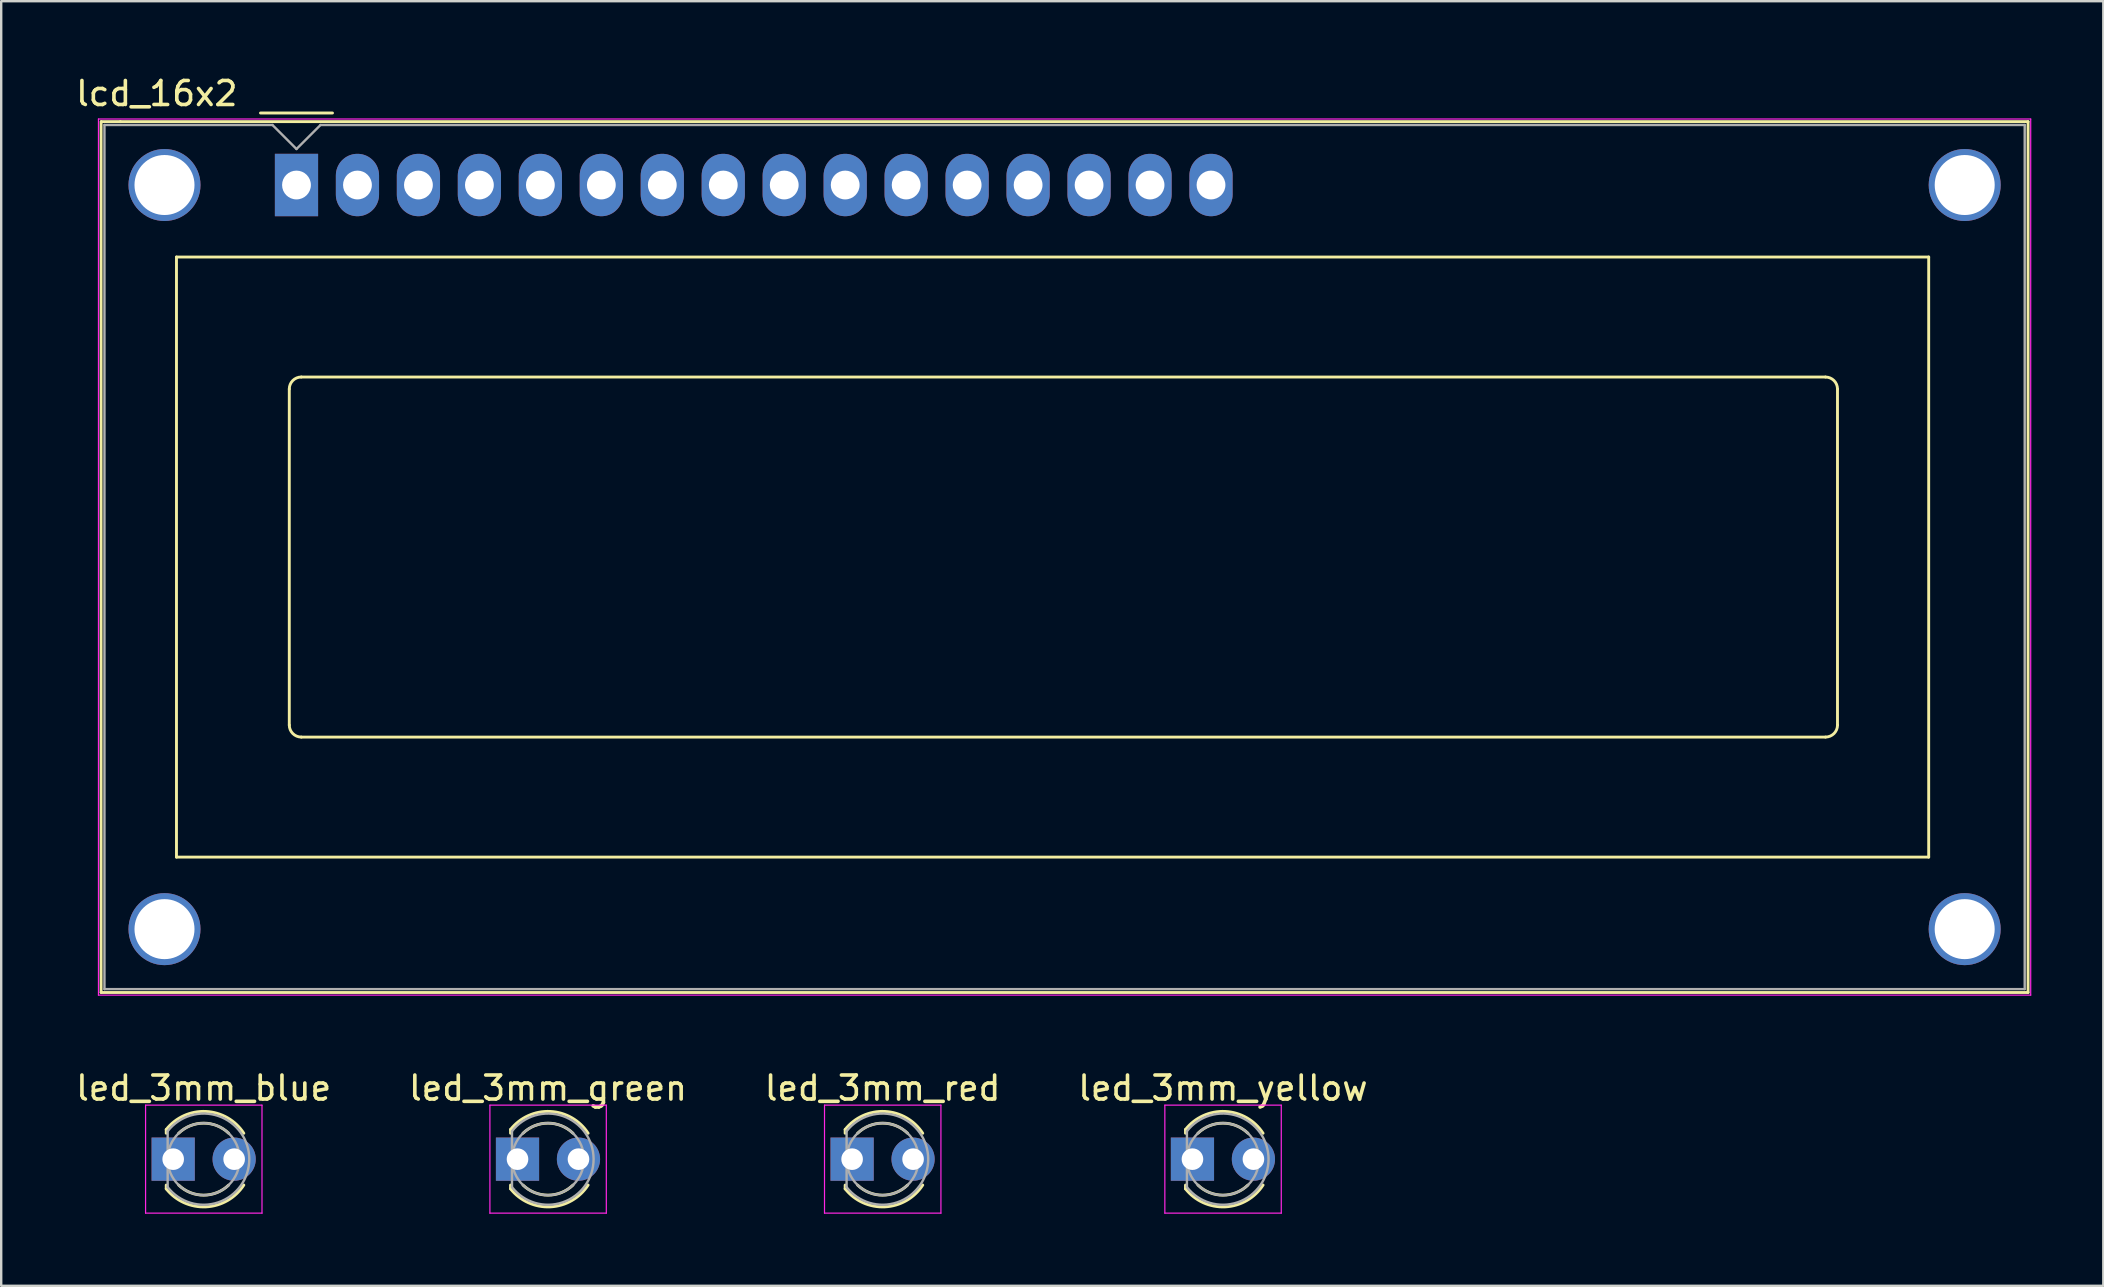
<source format=kicad_pcb>
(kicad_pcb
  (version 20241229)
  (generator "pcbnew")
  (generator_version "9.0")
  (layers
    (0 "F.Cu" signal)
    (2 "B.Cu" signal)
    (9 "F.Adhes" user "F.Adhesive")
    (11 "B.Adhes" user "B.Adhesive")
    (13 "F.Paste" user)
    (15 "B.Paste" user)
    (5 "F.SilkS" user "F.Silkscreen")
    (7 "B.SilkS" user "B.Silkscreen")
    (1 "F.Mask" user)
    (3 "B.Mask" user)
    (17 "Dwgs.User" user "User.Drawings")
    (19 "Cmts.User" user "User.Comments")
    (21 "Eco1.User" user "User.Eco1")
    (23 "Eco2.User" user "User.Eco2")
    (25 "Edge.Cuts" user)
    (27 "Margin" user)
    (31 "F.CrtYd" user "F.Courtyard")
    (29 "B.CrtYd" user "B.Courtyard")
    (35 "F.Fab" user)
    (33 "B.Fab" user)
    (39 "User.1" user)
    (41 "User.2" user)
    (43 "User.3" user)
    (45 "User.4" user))
  (footprint "led_3mm_blue"
    (layer "F.Cu")
    (at 4.165 45.242)
    (property "Reference" "led_3mm_blue" (at 1.27 -2.96 0) (layer "F.SilkS") (effects (font (size 1 1) (thickness 0.15))))
    (attr through_hole)
    (fp_line (start -0.29 -1.236) (end -0.29 -1.08) (stroke (width 0.12) (type solid)) (layer "F.SilkS"))
    (fp_line (start -0.29 1.08) (end -0.29 1.236) (stroke (width 0.12) (type solid)) (layer "F.SilkS"))
    (fp_arc (start -0.29 -1.235516) (mid 1.366487 -1.987659) (end 2.942335 -1.078608) (stroke (width 0.12) (type solid)) (layer "F.SilkS"))
    (fp_arc (start 0.229039 -1.08) (mid 1.270117 -1.5) (end 2.31113 -1.079837) (stroke (width 0.12) (type solid)) (layer "F.SilkS"))
    (fp_arc (start 2.31113 1.079837) (mid 1.270117 1.5) (end 0.229039 1.08) (stroke (width 0.12) (type solid)) (layer "F.SilkS"))
    (fp_arc (start 2.942335 1.078608) (mid 1.366487 1.987659) (end -0.29 1.235516) (stroke (width 0.12) (type solid)) (layer "F.SilkS"))
    (fp_line (start -1.15 -2.25) (end -1.15 2.25) (stroke (width 0.05) (type solid)) (layer "F.CrtYd"))
    (fp_line (start -1.15 2.25) (end 3.7 2.25) (stroke (width 0.05) (type solid)) (layer "F.CrtYd"))
    (fp_line (start 3.7 -2.25) (end -1.15 -2.25) (stroke (width 0.05) (type solid)) (layer "F.CrtYd"))
    (fp_line (start 3.7 2.25) (end 3.7 -2.25) (stroke (width 0.05) (type solid)) (layer "F.CrtYd"))
    (fp_line (start -0.23 -1.166) (end -0.23 1.166) (stroke (width 0.1) (type solid)) (layer "F.Fab"))
    (fp_arc (start -0.23 -1.16619) (mid 3.17 0.000452) (end -0.230555 1.165476) (stroke (width 0.1) (type solid)) (layer "F.Fab"))
    (fp_circle (center 1.27 0) (end 2.77 0) (stroke (width 0.1) (type solid)) (fill no) (layer "F.Fab"))
    (pad "1" thru_hole rect (at 0 0) (size 1.8 1.8) (drill 0.9) (layers "*.Cu" "*.Mask"))
    (pad "2" thru_hole circle (at 2.54 0) (size 1.8 1.8) (drill 0.9) (layers "*.Cu" "*.Mask")))
  (footprint "led_3mm_yellow"
    (layer "F.Cu")
    (at 46.629 45.242)
    (property "Reference" "led_3mm_yellow" (at 1.27 -2.96 0) (layer "F.SilkS") (effects (font (size 1 1) (thickness 0.15))))
    (attr through_hole)
    (fp_line (start -0.29 -1.236) (end -0.29 -1.08) (stroke (width 0.12) (type solid)) (layer "F.SilkS"))
    (fp_line (start -0.29 1.08) (end -0.29 1.236) (stroke (width 0.12) (type solid)) (layer "F.SilkS"))
    (fp_arc (start -0.29 -1.235516) (mid 1.366487 -1.987659) (end 2.942335 -1.078608) (stroke (width 0.12) (type solid)) (layer "F.SilkS"))
    (fp_arc (start 0.229039 -1.08) (mid 1.270117 -1.5) (end 2.31113 -1.079837) (stroke (width 0.12) (type solid)) (layer "F.SilkS"))
    (fp_arc (start 2.31113 1.079837) (mid 1.270117 1.5) (end 0.229039 1.08) (stroke (width 0.12) (type solid)) (layer "F.SilkS"))
    (fp_arc (start 2.942335 1.078608) (mid 1.366487 1.987659) (end -0.29 1.235516) (stroke (width 0.12) (type solid)) (layer "F.SilkS"))
    (fp_line (start -1.15 -2.25) (end -1.15 2.25) (stroke (width 0.05) (type solid)) (layer "F.CrtYd"))
    (fp_line (start -1.15 2.25) (end 3.7 2.25) (stroke (width 0.05) (type solid)) (layer "F.CrtYd"))
    (fp_line (start 3.7 -2.25) (end -1.15 -2.25) (stroke (width 0.05) (type solid)) (layer "F.CrtYd"))
    (fp_line (start 3.7 2.25) (end 3.7 -2.25) (stroke (width 0.05) (type solid)) (layer "F.CrtYd"))
    (fp_line (start -0.23 -1.166) (end -0.23 1.166) (stroke (width 0.1) (type solid)) (layer "F.Fab"))
    (fp_arc (start -0.23 -1.16619) (mid 3.17 0.000452) (end -0.230555 1.165476) (stroke (width 0.1) (type solid)) (layer "F.Fab"))
    (fp_circle (center 1.27 0) (end 2.77 0) (stroke (width 0.1) (type solid)) (fill no) (layer "F.Fab"))
    (pad "1" thru_hole rect (at 0 0) (size 1.8 1.8) (drill 0.9) (layers "*.Cu" "*.Mask"))
    (pad "2" thru_hole circle (at 2.54 0) (size 1.8 1.8) (drill 0.9) (layers "*.Cu" "*.Mask")))
  (footprint "led_3mm_red"
    (layer "F.Cu")
    (at 32.45 45.242)
    (property "Reference" "led_3mm_red" (at 1.27 -2.96 0) (layer "F.SilkS") (effects (font (size 1 1) (thickness 0.15))))
    (attr through_hole)
    (fp_line (start -0.29 -1.236) (end -0.29 -1.08) (stroke (width 0.12) (type solid)) (layer "F.SilkS"))
    (fp_line (start -0.29 1.08) (end -0.29 1.236) (stroke (width 0.12) (type solid)) (layer "F.SilkS"))
    (fp_arc (start -0.29 -1.235516) (mid 1.366487 -1.987659) (end 2.942335 -1.078608) (stroke (width 0.12) (type solid)) (layer "F.SilkS"))
    (fp_arc (start 0.229039 -1.08) (mid 1.270117 -1.5) (end 2.31113 -1.079837) (stroke (width 0.12) (type solid)) (layer "F.SilkS"))
    (fp_arc (start 2.31113 1.079837) (mid 1.270117 1.5) (end 0.229039 1.08) (stroke (width 0.12) (type solid)) (layer "F.SilkS"))
    (fp_arc (start 2.942335 1.078608) (mid 1.366487 1.987659) (end -0.29 1.235516) (stroke (width 0.12) (type solid)) (layer "F.SilkS"))
    (fp_line (start -1.15 -2.25) (end -1.15 2.25) (stroke (width 0.05) (type solid)) (layer "F.CrtYd"))
    (fp_line (start -1.15 2.25) (end 3.7 2.25) (stroke (width 0.05) (type solid)) (layer "F.CrtYd"))
    (fp_line (start 3.7 -2.25) (end -1.15 -2.25) (stroke (width 0.05) (type solid)) (layer "F.CrtYd"))
    (fp_line (start 3.7 2.25) (end 3.7 -2.25) (stroke (width 0.05) (type solid)) (layer "F.CrtYd"))
    (fp_line (start -0.23 -1.166) (end -0.23 1.166) (stroke (width 0.1) (type solid)) (layer "F.Fab"))
    (fp_arc (start -0.23 -1.16619) (mid 3.17 0.000452) (end -0.230555 1.165476) (stroke (width 0.1) (type solid)) (layer "F.Fab"))
    (fp_circle (center 1.27 0) (end 2.77 0) (stroke (width 0.1) (type solid)) (fill no) (layer "F.Fab"))
    (pad "1" thru_hole rect (at 0 0) (size 1.8 1.8) (drill 0.9) (layers "*.Cu" "*.Mask"))
    (pad "2" thru_hole circle (at 2.54 0) (size 1.8 1.8) (drill 0.9) (layers "*.Cu" "*.Mask")))
  (footprint "lcd_16x2"
    (layer "F.Cu")
    (at 9.302 4.658)
    (property "Reference" "lcd_16x2" (at -5.82 -3.81 0) (layer "F.SilkS") (effects (font (size 1 1) (thickness 0.15))))
    (attr through_hole)
    (fp_line (start -8.14 -2.64) (end -8.14 33.64) (stroke (width 0.12) (type solid)) (layer "F.SilkS"))
    (fp_line (start -8.14 33.64) (end 72.14 33.64) (stroke (width 0.12) (type solid)) (layer "F.SilkS"))
    (fp_line (start -8.13 -2.64) (end -7.34 -2.64) (stroke (width 0.12) (type solid)) (layer "F.SilkS"))
    (fp_line (start -5 3) (end 68 3) (stroke (width 0.12) (type solid)) (layer "F.SilkS"))
    (fp_line (start -5 28) (end -5 3) (stroke (width 0.12) (type solid)) (layer "F.SilkS"))
    (fp_line (start -1.5 -3) (end 1.5 -3) (stroke (width 0.12) (type solid)) (layer "F.SilkS"))
    (fp_line (start -0.3 22.499) (end -0.3 8.5) (stroke (width 0.12) (type solid)) (layer "F.SilkS"))
    (fp_line (start 0.2 8) (end 63.7 8) (stroke (width 0.12) (type solid)) (layer "F.SilkS"))
    (fp_line (start 63.701 23) (end 0.2 23) (stroke (width 0.12) (type solid)) (layer "F.SilkS"))
    (fp_line (start 64.2 8.5) (end 64.2 22.5) (stroke (width 0.12) (type solid)) (layer "F.SilkS"))
    (fp_line (start 68 3) (end 68 28) (stroke (width 0.12) (type solid)) (layer "F.SilkS"))
    (fp_line (start 68 28) (end -5 28) (stroke (width 0.12) (type solid)) (layer "F.SilkS"))
    (fp_line (start 72.14 -2.64) (end -7.34 -2.64) (stroke (width 0.12) (type solid)) (layer "F.SilkS"))
    (fp_line (start 72.14 33.64) (end 72.14 -2.64) (stroke (width 0.12) (type solid)) (layer "F.SilkS"))
    (fp_arc (start -0.29972 8.49884) (mid -0.153162 8.145018) (end 0.20066 7.99846) (stroke (width 0.12) (type solid)) (layer "F.SilkS"))
    (fp_arc (start 0.20066 22.9997) (mid -0.153162 22.853142) (end -0.29972 22.49932) (stroke (width 0.12) (type solid)) (layer "F.SilkS"))
    (fp_arc (start 63.7 8) (mid 64.053553 8.146447) (end 64.2 8.5) (stroke (width 0.12) (type solid)) (layer "F.SilkS"))
    (fp_arc (start 64.20104 22.49932) (mid 64.054482 22.853142) (end 63.70066 22.9997) (stroke (width 0.12) (type solid)) (layer "F.SilkS"))
    (fp_line (start -8.25 -2.75) (end -8.25 33.75) (stroke (width 0.05) (type solid)) (layer "F.CrtYd"))
    (fp_line (start -8.25 -2.75) (end 72.25 -2.75) (stroke (width 0.05) (type solid)) (layer "F.CrtYd"))
    (fp_line (start -8.25 33.75) (end 72.25 33.75) (stroke (width 0.05) (type solid)) (layer "F.CrtYd"))
    (fp_line (start 72.25 -2.75) (end 72.25 33.75) (stroke (width 0.05) (type solid)) (layer "F.CrtYd"))
    (fp_line (start -8 33.5) (end -8 -2.5) (stroke (width 0.1) (type solid)) (layer "F.Fab"))
    (fp_line (start -1 -2.5) (end -8 -2.5) (stroke (width 0.1) (type solid)) (layer "F.Fab"))
    (fp_line (start 0 -1.5) (end -1 -2.5) (stroke (width 0.1) (type solid)) (layer "F.Fab"))
    (fp_line (start 1 -2.5) (end 0 -1.5) (stroke (width 0.1) (type solid)) (layer "F.Fab"))
    (fp_line (start 1 -2.5) (end 72 -2.5) (stroke (width 0.1) (type solid)) (layer "F.Fab"))
    (fp_line (start 72 -2.5) (end 72 33.5) (stroke (width 0.1) (type solid)) (layer "F.Fab"))
    (fp_line (start 72 33.5) (end -8 33.5) (stroke (width 0.1) (type solid)) (layer "F.Fab"))
    (pad "" thru_hole circle (at -5.499 0) (size 3 3) (drill 2.5) (layers "*.Cu" "*.Mask"))
    (pad "" thru_hole circle (at -5.499 31.001) (size 3 3) (drill 2.5) (layers "*.Cu" "*.Mask"))
    (pad "" thru_hole circle (at 69.499 31.001) (size 3 3) (drill 2.5) (layers "*.Cu" "*.Mask"))
    (pad "" thru_hole circle (at 69.5 0) (size 3 3) (drill 2.5) (layers "*.Cu" "*.Mask"))
    (pad "1" thru_hole rect (at 0 0) (size 1.8 2.6) (drill 1.2) (layers "*.Cu" "*.Mask"))
    (pad "2" thru_hole oval (at 2.54 0) (size 1.8 2.6) (drill 1.2) (layers "*.Cu" "*.Mask"))
    (pad "3" thru_hole oval (at 5.08 0) (size 1.8 2.6) (drill 1.2) (layers "*.Cu" "*.Mask"))
    (pad "4" thru_hole oval (at 7.62 0) (size 1.8 2.6) (drill 1.2) (layers "*.Cu" "*.Mask"))
    (pad "5" thru_hole oval (at 10.16 0) (size 1.8 2.6) (drill 1.2) (layers "*.Cu" "*.Mask"))
    (pad "6" thru_hole oval (at 12.7 0) (size 1.8 2.6) (drill 1.2) (layers "*.Cu" "*.Mask"))
    (pad "7" thru_hole oval (at 15.24 0) (size 1.8 2.6) (drill 1.2) (layers "*.Cu" "*.Mask"))
    (pad "8" thru_hole oval (at 17.78 0) (size 1.8 2.6) (drill 1.2) (layers "*.Cu" "*.Mask"))
    (pad "9" thru_hole oval (at 20.32 0) (size 1.8 2.6) (drill 1.2) (layers "*.Cu" "*.Mask"))
    (pad "10" thru_hole oval (at 22.86 0) (size 1.8 2.6) (drill 1.2) (layers "*.Cu" "*.Mask"))
    (pad "11" thru_hole oval (at 25.4 0) (size 1.8 2.6) (drill 1.2) (layers "*.Cu" "*.Mask"))
    (pad "12" thru_hole oval (at 27.94 0) (size 1.8 2.6) (drill 1.2) (layers "*.Cu" "*.Mask"))
    (pad "13" thru_hole oval (at 30.48 0) (size 1.8 2.6) (drill 1.2) (layers "*.Cu" "*.Mask"))
    (pad "14" thru_hole oval (at 33.02 0) (size 1.8 2.6) (drill 1.2) (layers "*.Cu" "*.Mask"))
    (pad "15" thru_hole oval (at 35.56 0) (size 1.8 2.6) (drill 1.2) (layers "*.Cu" "*.Mask"))
    (pad "16" thru_hole oval (at 38.1 0) (size 1.8 2.6) (drill 1.2) (layers "*.Cu" "*.Mask")))
  (footprint "led_3mm_green"
    (layer "F.Cu")
    (at 18.51 45.242)
    (property "Reference" "led_3mm_green" (at 1.27 -2.96 0) (layer "F.SilkS") (effects (font (size 1 1) (thickness 0.15))))
    (attr through_hole)
    (fp_line (start -0.29 -1.236) (end -0.29 -1.08) (stroke (width 0.12) (type solid)) (layer "F.SilkS"))
    (fp_line (start -0.29 1.08) (end -0.29 1.236) (stroke (width 0.12) (type solid)) (layer "F.SilkS"))
    (fp_arc (start -0.29 -1.235516) (mid 1.366487 -1.987659) (end 2.942335 -1.078608) (stroke (width 0.12) (type solid)) (layer "F.SilkS"))
    (fp_arc (start 0.229039 -1.08) (mid 1.270117 -1.5) (end 2.31113 -1.079837) (stroke (width 0.12) (type solid)) (layer "F.SilkS"))
    (fp_arc (start 2.31113 1.079837) (mid 1.270117 1.5) (end 0.229039 1.08) (stroke (width 0.12) (type solid)) (layer "F.SilkS"))
    (fp_arc (start 2.942335 1.078608) (mid 1.366487 1.987659) (end -0.29 1.235516) (stroke (width 0.12) (type solid)) (layer "F.SilkS"))
    (fp_line (start -1.15 -2.25) (end -1.15 2.25) (stroke (width 0.05) (type solid)) (layer "F.CrtYd"))
    (fp_line (start -1.15 2.25) (end 3.7 2.25) (stroke (width 0.05) (type solid)) (layer "F.CrtYd"))
    (fp_line (start 3.7 -2.25) (end -1.15 -2.25) (stroke (width 0.05) (type solid)) (layer "F.CrtYd"))
    (fp_line (start 3.7 2.25) (end 3.7 -2.25) (stroke (width 0.05) (type solid)) (layer "F.CrtYd"))
    (fp_line (start -0.23 -1.166) (end -0.23 1.166) (stroke (width 0.1) (type solid)) (layer "F.Fab"))
    (fp_arc (start -0.23 -1.16619) (mid 3.17 0.000452) (end -0.230555 1.165476) (stroke (width 0.1) (type solid)) (layer "F.Fab"))
    (fp_circle (center 1.27 0) (end 2.77 0) (stroke (width 0.1) (type solid)) (fill no) (layer "F.Fab"))
    (pad "1" thru_hole rect (at 0 0) (size 1.8 1.8) (drill 0.9) (layers "*.Cu" "*.Mask"))
    (pad "2" thru_hole circle (at 2.54 0) (size 1.8 1.8) (drill 0.9) (layers "*.Cu" "*.Mask")))
  (gr_rect
    (start -3 -3)
    (end 84.577 50.517)
    (stroke (width 0.1) (type default))
    (fill no)
    (layer "Edge.Cuts")))
</source>
